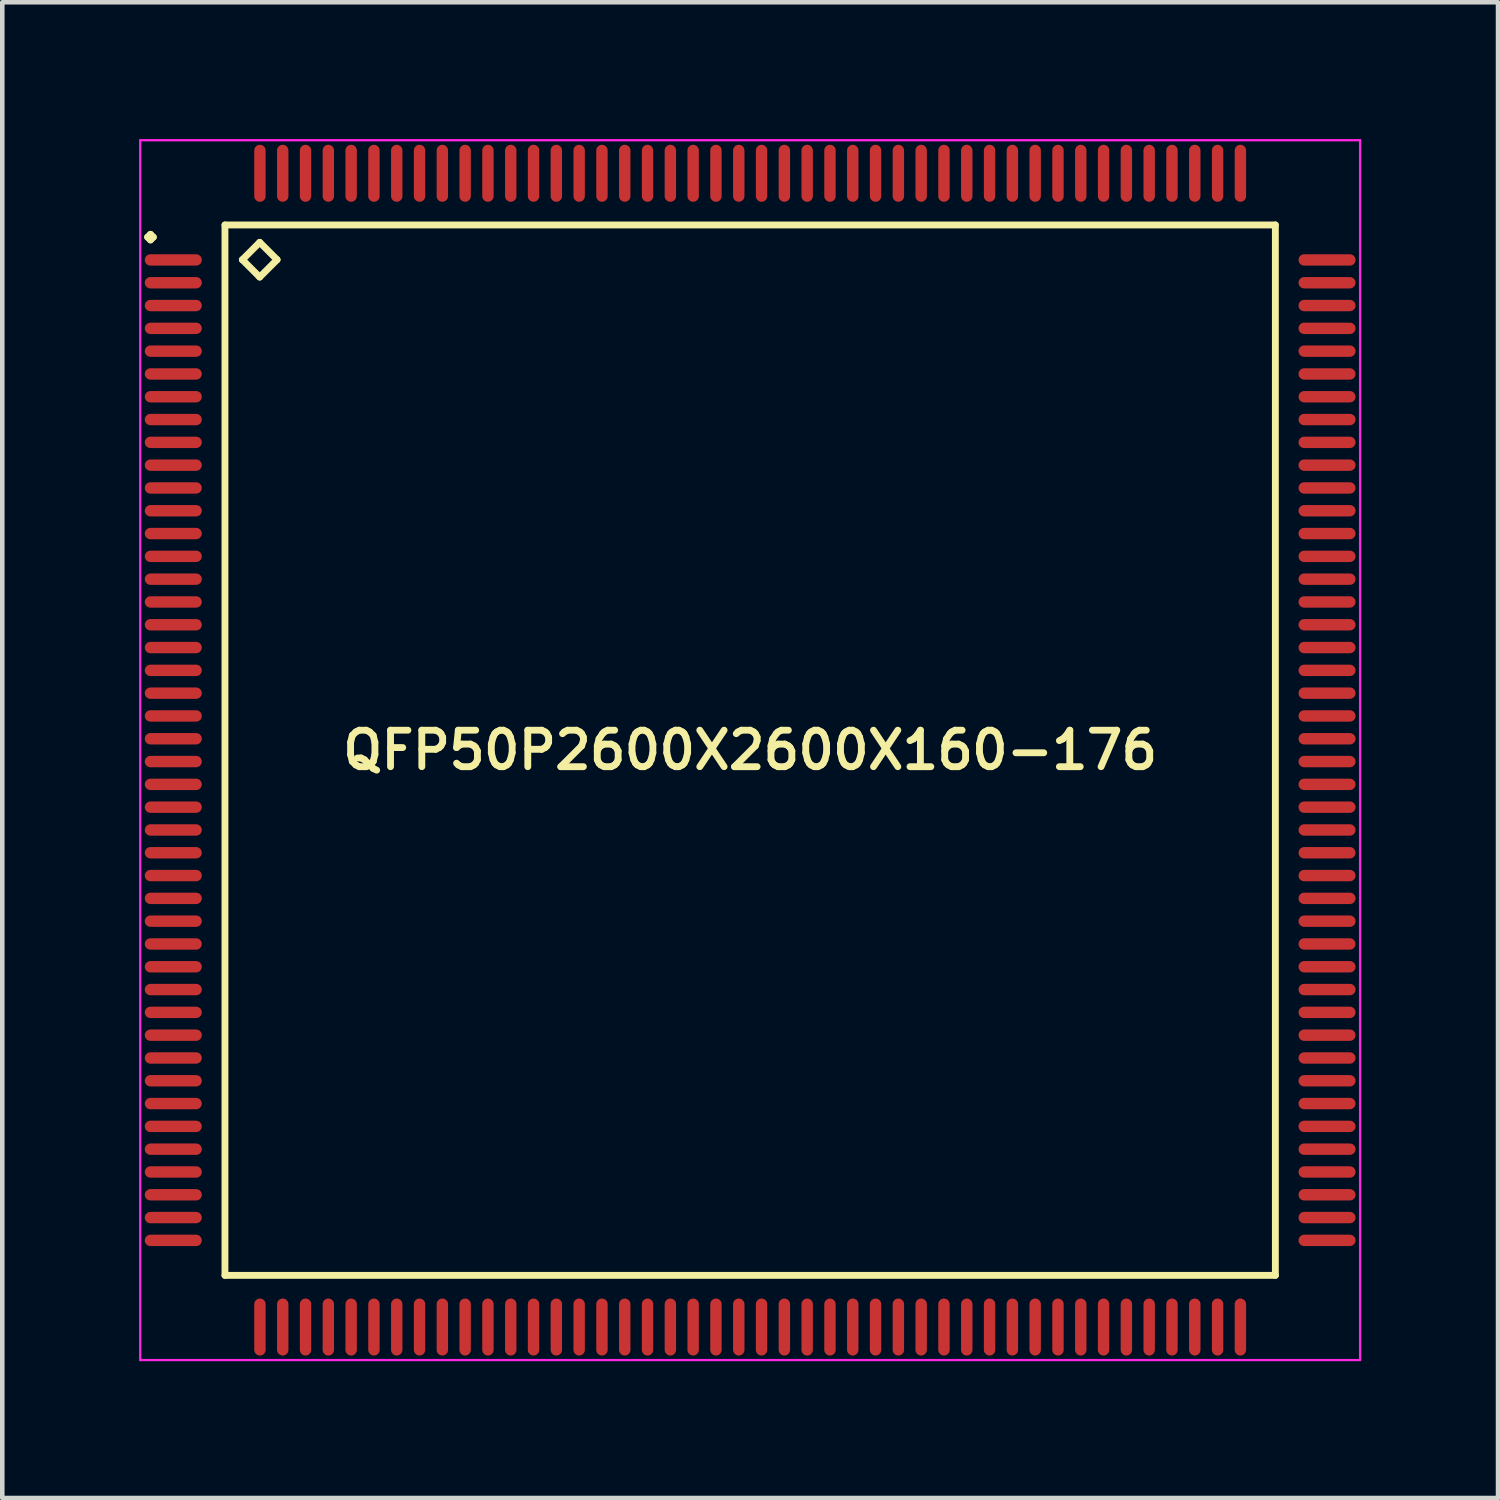
<source format=kicad_pcb>
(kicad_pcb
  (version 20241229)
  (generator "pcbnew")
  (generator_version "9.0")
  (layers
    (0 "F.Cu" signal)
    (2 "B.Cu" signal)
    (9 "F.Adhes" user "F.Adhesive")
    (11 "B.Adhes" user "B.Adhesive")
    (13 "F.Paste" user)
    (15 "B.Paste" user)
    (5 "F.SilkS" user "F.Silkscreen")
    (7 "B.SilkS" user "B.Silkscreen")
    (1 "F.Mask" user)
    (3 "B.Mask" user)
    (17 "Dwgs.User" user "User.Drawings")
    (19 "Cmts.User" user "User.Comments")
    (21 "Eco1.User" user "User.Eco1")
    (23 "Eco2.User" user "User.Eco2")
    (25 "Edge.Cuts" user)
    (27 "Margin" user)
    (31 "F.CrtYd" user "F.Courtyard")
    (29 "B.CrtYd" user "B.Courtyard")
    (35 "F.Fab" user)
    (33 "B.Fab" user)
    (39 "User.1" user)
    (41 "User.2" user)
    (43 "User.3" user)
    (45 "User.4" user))
  (footprint "QFP50P2600X2600X160-176"
    (layer "F.Cu")
    (at 13.4 13.4)
    (property "Reference" "QFP50P2600X2600X160-176" (at 0 0 0) (layer "F.SilkS") (effects (font (size 0.8 0.8) (thickness 0.15))))
    (attr smd)
    (fp_line (start -13.213 -11.25) (end -13.15 -11.312) (stroke (width 0.15) (type solid)) (layer "F.SilkS"))
    (fp_line (start -13.15 -11.312) (end -13.088 -11.25) (stroke (width 0.15) (type solid)) (layer "F.SilkS"))
    (fp_line (start -13.15 -11.188) (end -13.213 -11.25) (stroke (width 0.15) (type solid)) (layer "F.SilkS"))
    (fp_line (start -13.088 -11.25) (end -13.15 -11.188) (stroke (width 0.15) (type solid)) (layer "F.SilkS"))
    (fp_line (start -11.517 -11.517) (end -11.517 11.517) (stroke (width 0.15) (type solid)) (layer "F.SilkS"))
    (fp_line (start -11.517 11.517) (end 11.517 11.517) (stroke (width 0.15) (type solid)) (layer "F.SilkS"))
    (fp_line (start -11.136 -10.755) (end -10.755 -11.136) (stroke (width 0.15) (type solid)) (layer "F.SilkS"))
    (fp_line (start -10.755 -11.136) (end -10.374 -10.755) (stroke (width 0.15) (type solid)) (layer "F.SilkS"))
    (fp_line (start -10.755 -10.374) (end -11.136 -10.755) (stroke (width 0.15) (type solid)) (layer "F.SilkS"))
    (fp_line (start -10.374 -10.755) (end -10.755 -10.374) (stroke (width 0.15) (type solid)) (layer "F.SilkS"))
    (fp_line (start 11.517 -11.517) (end -11.517 -11.517) (stroke (width 0.15) (type solid)) (layer "F.SilkS"))
    (fp_line (start 11.517 11.517) (end 11.517 -11.517) (stroke (width 0.15) (type solid)) (layer "F.SilkS"))
    (fp_line (start -13.375 -13.375) (end 13.375 -13.375) (stroke (width 0.05) (type solid)) (layer "F.CrtYd"))
    (fp_line (start -13.375 13.375) (end -13.375 -13.375) (stroke (width 0.05) (type solid)) (layer "F.CrtYd"))
    (fp_line (start 13.375 -13.375) (end 13.375 13.375) (stroke (width 0.05) (type solid)) (layer "F.CrtYd"))
    (fp_line (start 13.375 13.375) (end -13.375 13.375) (stroke (width 0.05) (type solid)) (layer "F.CrtYd"))
    (pad "1" smd oval (at -12.65 -10.75) (size 1.25 0.25) (layers "F.Cu" "F.Mask" "F.Paste"))
    (pad "2" smd oval (at -12.65 -10.25) (size 1.25 0.25) (layers "F.Cu" "F.Mask" "F.Paste"))
    (pad "3" smd oval (at -12.65 -9.75) (size 1.25 0.25) (layers "F.Cu" "F.Mask" "F.Paste"))
    (pad "4" smd oval (at -12.65 -9.25) (size 1.25 0.25) (layers "F.Cu" "F.Mask" "F.Paste"))
    (pad "5" smd oval (at -12.65 -8.75) (size 1.25 0.25) (layers "F.Cu" "F.Mask" "F.Paste"))
    (pad "6" smd oval (at -12.65 -8.25) (size 1.25 0.25) (layers "F.Cu" "F.Mask" "F.Paste"))
    (pad "7" smd oval (at -12.65 -7.75) (size 1.25 0.25) (layers "F.Cu" "F.Mask" "F.Paste"))
    (pad "8" smd oval (at -12.65 -7.25) (size 1.25 0.25) (layers "F.Cu" "F.Mask" "F.Paste"))
    (pad "9" smd oval (at -12.65 -6.75) (size 1.25 0.25) (layers "F.Cu" "F.Mask" "F.Paste"))
    (pad "10" smd oval (at -12.65 -6.25) (size 1.25 0.25) (layers "F.Cu" "F.Mask" "F.Paste"))
    (pad "11" smd oval (at -12.65 -5.75) (size 1.25 0.25) (layers "F.Cu" "F.Mask" "F.Paste"))
    (pad "12" smd oval (at -12.65 -5.25) (size 1.25 0.25) (layers "F.Cu" "F.Mask" "F.Paste"))
    (pad "13" smd oval (at -12.65 -4.75) (size 1.25 0.25) (layers "F.Cu" "F.Mask" "F.Paste"))
    (pad "14" smd oval (at -12.65 -4.25) (size 1.25 0.25) (layers "F.Cu" "F.Mask" "F.Paste"))
    (pad "15" smd oval (at -12.65 -3.75) (size 1.25 0.25) (layers "F.Cu" "F.Mask" "F.Paste"))
    (pad "16" smd oval (at -12.65 -3.25) (size 1.25 0.25) (layers "F.Cu" "F.Mask" "F.Paste"))
    (pad "17" smd oval (at -12.65 -2.75) (size 1.25 0.25) (layers "F.Cu" "F.Mask" "F.Paste"))
    (pad "18" smd oval (at -12.65 -2.25) (size 1.25 0.25) (layers "F.Cu" "F.Mask" "F.Paste"))
    (pad "19" smd oval (at -12.65 -1.75) (size 1.25 0.25) (layers "F.Cu" "F.Mask" "F.Paste"))
    (pad "20" smd oval (at -12.65 -1.25) (size 1.25 0.25) (layers "F.Cu" "F.Mask" "F.Paste"))
    (pad "21" smd oval (at -12.65 -0.75) (size 1.25 0.25) (layers "F.Cu" "F.Mask" "F.Paste"))
    (pad "22" smd oval (at -12.65 -0.25) (size 1.25 0.25) (layers "F.Cu" "F.Mask" "F.Paste"))
    (pad "23" smd oval (at -12.65 0.25) (size 1.25 0.25) (layers "F.Cu" "F.Mask" "F.Paste"))
    (pad "24" smd oval (at -12.65 0.75) (size 1.25 0.25) (layers "F.Cu" "F.Mask" "F.Paste"))
    (pad "25" smd oval (at -12.65 1.25) (size 1.25 0.25) (layers "F.Cu" "F.Mask" "F.Paste"))
    (pad "26" smd oval (at -12.65 1.75) (size 1.25 0.25) (layers "F.Cu" "F.Mask" "F.Paste"))
    (pad "27" smd oval (at -12.65 2.25) (size 1.25 0.25) (layers "F.Cu" "F.Mask" "F.Paste"))
    (pad "28" smd oval (at -12.65 2.75) (size 1.25 0.25) (layers "F.Cu" "F.Mask" "F.Paste"))
    (pad "29" smd oval (at -12.65 3.25) (size 1.25 0.25) (layers "F.Cu" "F.Mask" "F.Paste"))
    (pad "30" smd oval (at -12.65 3.75) (size 1.25 0.25) (layers "F.Cu" "F.Mask" "F.Paste"))
    (pad "31" smd oval (at -12.65 4.25) (size 1.25 0.25) (layers "F.Cu" "F.Mask" "F.Paste"))
    (pad "32" smd oval (at -12.65 4.75) (size 1.25 0.25) (layers "F.Cu" "F.Mask" "F.Paste"))
    (pad "33" smd oval (at -12.65 5.25) (size 1.25 0.25) (layers "F.Cu" "F.Mask" "F.Paste"))
    (pad "34" smd oval (at -12.65 5.75) (size 1.25 0.25) (layers "F.Cu" "F.Mask" "F.Paste"))
    (pad "35" smd oval (at -12.65 6.25) (size 1.25 0.25) (layers "F.Cu" "F.Mask" "F.Paste"))
    (pad "36" smd oval (at -12.65 6.75) (size 1.25 0.25) (layers "F.Cu" "F.Mask" "F.Paste"))
    (pad "37" smd oval (at -12.65 7.25) (size 1.25 0.25) (layers "F.Cu" "F.Mask" "F.Paste"))
    (pad "38" smd oval (at -12.65 7.75) (size 1.25 0.25) (layers "F.Cu" "F.Mask" "F.Paste"))
    (pad "39" smd oval (at -12.65 8.25) (size 1.25 0.25) (layers "F.Cu" "F.Mask" "F.Paste"))
    (pad "40" smd oval (at -12.65 8.75) (size 1.25 0.25) (layers "F.Cu" "F.Mask" "F.Paste"))
    (pad "41" smd oval (at -12.65 9.25) (size 1.25 0.25) (layers "F.Cu" "F.Mask" "F.Paste"))
    (pad "42" smd oval (at -12.65 9.75) (size 1.25 0.25) (layers "F.Cu" "F.Mask" "F.Paste"))
    (pad "43" smd oval (at -12.65 10.25) (size 1.25 0.25) (layers "F.Cu" "F.Mask" "F.Paste"))
    (pad "44" smd oval (at -12.65 10.75) (size 1.25 0.25) (layers "F.Cu" "F.Mask" "F.Paste"))
    (pad "45" smd oval (at -10.75 12.65) (size 0.25 1.25) (layers "F.Cu" "F.Mask" "F.Paste"))
    (pad "46" smd oval (at -10.25 12.65) (size 0.25 1.25) (layers "F.Cu" "F.Mask" "F.Paste"))
    (pad "47" smd oval (at -9.75 12.65) (size 0.25 1.25) (layers "F.Cu" "F.Mask" "F.Paste"))
    (pad "48" smd oval (at -9.25 12.65) (size 0.25 1.25) (layers "F.Cu" "F.Mask" "F.Paste"))
    (pad "49" smd oval (at -8.75 12.65) (size 0.25 1.25) (layers "F.Cu" "F.Mask" "F.Paste"))
    (pad "50" smd oval (at -8.25 12.65) (size 0.25 1.25) (layers "F.Cu" "F.Mask" "F.Paste"))
    (pad "51" smd oval (at -7.75 12.65) (size 0.25 1.25) (layers "F.Cu" "F.Mask" "F.Paste"))
    (pad "52" smd oval (at -7.25 12.65) (size 0.25 1.25) (layers "F.Cu" "F.Mask" "F.Paste"))
    (pad "53" smd oval (at -6.75 12.65) (size 0.25 1.25) (layers "F.Cu" "F.Mask" "F.Paste"))
    (pad "54" smd oval (at -6.25 12.65) (size 0.25 1.25) (layers "F.Cu" "F.Mask" "F.Paste"))
    (pad "55" smd oval (at -5.75 12.65) (size 0.25 1.25) (layers "F.Cu" "F.Mask" "F.Paste"))
    (pad "56" smd oval (at -5.25 12.65) (size 0.25 1.25) (layers "F.Cu" "F.Mask" "F.Paste"))
    (pad "57" smd oval (at -4.75 12.65) (size 0.25 1.25) (layers "F.Cu" "F.Mask" "F.Paste"))
    (pad "58" smd oval (at -4.25 12.65) (size 0.25 1.25) (layers "F.Cu" "F.Mask" "F.Paste"))
    (pad "59" smd oval (at -3.75 12.65) (size 0.25 1.25) (layers "F.Cu" "F.Mask" "F.Paste"))
    (pad "60" smd oval (at -3.25 12.65) (size 0.25 1.25) (layers "F.Cu" "F.Mask" "F.Paste"))
    (pad "61" smd oval (at -2.75 12.65) (size 0.25 1.25) (layers "F.Cu" "F.Mask" "F.Paste"))
    (pad "62" smd oval (at -2.25 12.65) (size 0.25 1.25) (layers "F.Cu" "F.Mask" "F.Paste"))
    (pad "63" smd oval (at -1.75 12.65) (size 0.25 1.25) (layers "F.Cu" "F.Mask" "F.Paste"))
    (pad "64" smd oval (at -1.25 12.65) (size 0.25 1.25) (layers "F.Cu" "F.Mask" "F.Paste"))
    (pad "65" smd oval (at -0.75 12.65) (size 0.25 1.25) (layers "F.Cu" "F.Mask" "F.Paste"))
    (pad "66" smd oval (at -0.25 12.65) (size 0.25 1.25) (layers "F.Cu" "F.Mask" "F.Paste"))
    (pad "67" smd oval (at 0.25 12.65) (size 0.25 1.25) (layers "F.Cu" "F.Mask" "F.Paste"))
    (pad "68" smd oval (at 0.75 12.65) (size 0.25 1.25) (layers "F.Cu" "F.Mask" "F.Paste"))
    (pad "69" smd oval (at 1.25 12.65) (size 0.25 1.25) (layers "F.Cu" "F.Mask" "F.Paste"))
    (pad "70" smd oval (at 1.75 12.65) (size 0.25 1.25) (layers "F.Cu" "F.Mask" "F.Paste"))
    (pad "71" smd oval (at 2.25 12.65) (size 0.25 1.25) (layers "F.Cu" "F.Mask" "F.Paste"))
    (pad "72" smd oval (at 2.75 12.65) (size 0.25 1.25) (layers "F.Cu" "F.Mask" "F.Paste"))
    (pad "73" smd oval (at 3.25 12.65) (size 0.25 1.25) (layers "F.Cu" "F.Mask" "F.Paste"))
    (pad "74" smd oval (at 3.75 12.65) (size 0.25 1.25) (layers "F.Cu" "F.Mask" "F.Paste"))
    (pad "75" smd oval (at 4.25 12.65) (size 0.25 1.25) (layers "F.Cu" "F.Mask" "F.Paste"))
    (pad "76" smd oval (at 4.75 12.65) (size 0.25 1.25) (layers "F.Cu" "F.Mask" "F.Paste"))
    (pad "77" smd oval (at 5.25 12.65) (size 0.25 1.25) (layers "F.Cu" "F.Mask" "F.Paste"))
    (pad "78" smd oval (at 5.75 12.65) (size 0.25 1.25) (layers "F.Cu" "F.Mask" "F.Paste"))
    (pad "79" smd oval (at 6.25 12.65) (size 0.25 1.25) (layers "F.Cu" "F.Mask" "F.Paste"))
    (pad "80" smd oval (at 6.75 12.65) (size 0.25 1.25) (layers "F.Cu" "F.Mask" "F.Paste"))
    (pad "81" smd oval (at 7.25 12.65) (size 0.25 1.25) (layers "F.Cu" "F.Mask" "F.Paste"))
    (pad "82" smd oval (at 7.75 12.65) (size 0.25 1.25) (layers "F.Cu" "F.Mask" "F.Paste"))
    (pad "83" smd oval (at 8.25 12.65) (size 0.25 1.25) (layers "F.Cu" "F.Mask" "F.Paste"))
    (pad "84" smd oval (at 8.75 12.65) (size 0.25 1.25) (layers "F.Cu" "F.Mask" "F.Paste"))
    (pad "85" smd oval (at 9.25 12.65) (size 0.25 1.25) (layers "F.Cu" "F.Mask" "F.Paste"))
    (pad "86" smd oval (at 9.75 12.65) (size 0.25 1.25) (layers "F.Cu" "F.Mask" "F.Paste"))
    (pad "87" smd oval (at 10.25 12.65) (size 0.25 1.25) (layers "F.Cu" "F.Mask" "F.Paste"))
    (pad "88" smd oval (at 10.75 12.65) (size 0.25 1.25) (layers "F.Cu" "F.Mask" "F.Paste"))
    (pad "89" smd oval (at 12.65 10.75) (size 1.25 0.25) (layers "F.Cu" "F.Mask" "F.Paste"))
    (pad "90" smd oval (at 12.65 10.25) (size 1.25 0.25) (layers "F.Cu" "F.Mask" "F.Paste"))
    (pad "91" smd oval (at 12.65 9.75) (size 1.25 0.25) (layers "F.Cu" "F.Mask" "F.Paste"))
    (pad "92" smd oval (at 12.65 9.25) (size 1.25 0.25) (layers "F.Cu" "F.Mask" "F.Paste"))
    (pad "93" smd oval (at 12.65 8.75) (size 1.25 0.25) (layers "F.Cu" "F.Mask" "F.Paste"))
    (pad "94" smd oval (at 12.65 8.25) (size 1.25 0.25) (layers "F.Cu" "F.Mask" "F.Paste"))
    (pad "95" smd oval (at 12.65 7.75) (size 1.25 0.25) (layers "F.Cu" "F.Mask" "F.Paste"))
    (pad "96" smd oval (at 12.65 7.25) (size 1.25 0.25) (layers "F.Cu" "F.Mask" "F.Paste"))
    (pad "97" smd oval (at 12.65 6.75) (size 1.25 0.25) (layers "F.Cu" "F.Mask" "F.Paste"))
    (pad "98" smd oval (at 12.65 6.25) (size 1.25 0.25) (layers "F.Cu" "F.Mask" "F.Paste"))
    (pad "99" smd oval (at 12.65 5.75) (size 1.25 0.25) (layers "F.Cu" "F.Mask" "F.Paste"))
    (pad "100" smd oval (at 12.65 5.25) (size 1.25 0.25) (layers "F.Cu" "F.Mask" "F.Paste"))
    (pad "101" smd oval (at 12.65 4.75) (size 1.25 0.25) (layers "F.Cu" "F.Mask" "F.Paste"))
    (pad "102" smd oval (at 12.65 4.25) (size 1.25 0.25) (layers "F.Cu" "F.Mask" "F.Paste"))
    (pad "103" smd oval (at 12.65 3.75) (size 1.25 0.25) (layers "F.Cu" "F.Mask" "F.Paste"))
    (pad "104" smd oval (at 12.65 3.25) (size 1.25 0.25) (layers "F.Cu" "F.Mask" "F.Paste"))
    (pad "105" smd oval (at 12.65 2.75) (size 1.25 0.25) (layers "F.Cu" "F.Mask" "F.Paste"))
    (pad "106" smd oval (at 12.65 2.25) (size 1.25 0.25) (layers "F.Cu" "F.Mask" "F.Paste"))
    (pad "107" smd oval (at 12.65 1.75) (size 1.25 0.25) (layers "F.Cu" "F.Mask" "F.Paste"))
    (pad "108" smd oval (at 12.65 1.25) (size 1.25 0.25) (layers "F.Cu" "F.Mask" "F.Paste"))
    (pad "109" smd oval (at 12.65 0.75) (size 1.25 0.25) (layers "F.Cu" "F.Mask" "F.Paste"))
    (pad "110" smd oval (at 12.65 0.25) (size 1.25 0.25) (layers "F.Cu" "F.Mask" "F.Paste"))
    (pad "111" smd oval (at 12.65 -0.25) (size 1.25 0.25) (layers "F.Cu" "F.Mask" "F.Paste"))
    (pad "112" smd oval (at 12.65 -0.75) (size 1.25 0.25) (layers "F.Cu" "F.Mask" "F.Paste"))
    (pad "113" smd oval (at 12.65 -1.25) (size 1.25 0.25) (layers "F.Cu" "F.Mask" "F.Paste"))
    (pad "114" smd oval (at 12.65 -1.75) (size 1.25 0.25) (layers "F.Cu" "F.Mask" "F.Paste"))
    (pad "115" smd oval (at 12.65 -2.25) (size 1.25 0.25) (layers "F.Cu" "F.Mask" "F.Paste"))
    (pad "116" smd oval (at 12.65 -2.75) (size 1.25 0.25) (layers "F.Cu" "F.Mask" "F.Paste"))
    (pad "117" smd oval (at 12.65 -3.25) (size 1.25 0.25) (layers "F.Cu" "F.Mask" "F.Paste"))
    (pad "118" smd oval (at 12.65 -3.75) (size 1.25 0.25) (layers "F.Cu" "F.Mask" "F.Paste"))
    (pad "119" smd oval (at 12.65 -4.25) (size 1.25 0.25) (layers "F.Cu" "F.Mask" "F.Paste"))
    (pad "120" smd oval (at 12.65 -4.75) (size 1.25 0.25) (layers "F.Cu" "F.Mask" "F.Paste"))
    (pad "121" smd oval (at 12.65 -5.25) (size 1.25 0.25) (layers "F.Cu" "F.Mask" "F.Paste"))
    (pad "122" smd oval (at 12.65 -5.75) (size 1.25 0.25) (layers "F.Cu" "F.Mask" "F.Paste"))
    (pad "123" smd oval (at 12.65 -6.25) (size 1.25 0.25) (layers "F.Cu" "F.Mask" "F.Paste"))
    (pad "124" smd oval (at 12.65 -6.75) (size 1.25 0.25) (layers "F.Cu" "F.Mask" "F.Paste"))
    (pad "125" smd oval (at 12.65 -7.25) (size 1.25 0.25) (layers "F.Cu" "F.Mask" "F.Paste"))
    (pad "126" smd oval (at 12.65 -7.75) (size 1.25 0.25) (layers "F.Cu" "F.Mask" "F.Paste"))
    (pad "127" smd oval (at 12.65 -8.25) (size 1.25 0.25) (layers "F.Cu" "F.Mask" "F.Paste"))
    (pad "128" smd oval (at 12.65 -8.75) (size 1.25 0.25) (layers "F.Cu" "F.Mask" "F.Paste"))
    (pad "129" smd oval (at 12.65 -9.25) (size 1.25 0.25) (layers "F.Cu" "F.Mask" "F.Paste"))
    (pad "130" smd oval (at 12.65 -9.75) (size 1.25 0.25) (layers "F.Cu" "F.Mask" "F.Paste"))
    (pad "131" smd oval (at 12.65 -10.25) (size 1.25 0.25) (layers "F.Cu" "F.Mask" "F.Paste"))
    (pad "132" smd oval (at 12.65 -10.75) (size 1.25 0.25) (layers "F.Cu" "F.Mask" "F.Paste"))
    (pad "133" smd oval (at 10.75 -12.65) (size 0.25 1.25) (layers "F.Cu" "F.Mask" "F.Paste"))
    (pad "134" smd oval (at 10.25 -12.65) (size 0.25 1.25) (layers "F.Cu" "F.Mask" "F.Paste"))
    (pad "135" smd oval (at 9.75 -12.65) (size 0.25 1.25) (layers "F.Cu" "F.Mask" "F.Paste"))
    (pad "136" smd oval (at 9.25 -12.65) (size 0.25 1.25) (layers "F.Cu" "F.Mask" "F.Paste"))
    (pad "137" smd oval (at 8.75 -12.65) (size 0.25 1.25) (layers "F.Cu" "F.Mask" "F.Paste"))
    (pad "138" smd oval (at 8.25 -12.65) (size 0.25 1.25) (layers "F.Cu" "F.Mask" "F.Paste"))
    (pad "139" smd oval (at 7.75 -12.65) (size 0.25 1.25) (layers "F.Cu" "F.Mask" "F.Paste"))
    (pad "140" smd oval (at 7.25 -12.65) (size 0.25 1.25) (layers "F.Cu" "F.Mask" "F.Paste"))
    (pad "141" smd oval (at 6.75 -12.65) (size 0.25 1.25) (layers "F.Cu" "F.Mask" "F.Paste"))
    (pad "142" smd oval (at 6.25 -12.65) (size 0.25 1.25) (layers "F.Cu" "F.Mask" "F.Paste"))
    (pad "143" smd oval (at 5.75 -12.65) (size 0.25 1.25) (layers "F.Cu" "F.Mask" "F.Paste"))
    (pad "144" smd oval (at 5.25 -12.65) (size 0.25 1.25) (layers "F.Cu" "F.Mask" "F.Paste"))
    (pad "145" smd oval (at 4.75 -12.65) (size 0.25 1.25) (layers "F.Cu" "F.Mask" "F.Paste"))
    (pad "146" smd oval (at 4.25 -12.65) (size 0.25 1.25) (layers "F.Cu" "F.Mask" "F.Paste"))
    (pad "147" smd oval (at 3.75 -12.65) (size 0.25 1.25) (layers "F.Cu" "F.Mask" "F.Paste"))
    (pad "148" smd oval (at 3.25 -12.65) (size 0.25 1.25) (layers "F.Cu" "F.Mask" "F.Paste"))
    (pad "149" smd oval (at 2.75 -12.65) (size 0.25 1.25) (layers "F.Cu" "F.Mask" "F.Paste"))
    (pad "150" smd oval (at 2.25 -12.65) (size 0.25 1.25) (layers "F.Cu" "F.Mask" "F.Paste"))
    (pad "151" smd oval (at 1.75 -12.65) (size 0.25 1.25) (layers "F.Cu" "F.Mask" "F.Paste"))
    (pad "152" smd oval (at 1.25 -12.65) (size 0.25 1.25) (layers "F.Cu" "F.Mask" "F.Paste"))
    (pad "153" smd oval (at 0.75 -12.65) (size 0.25 1.25) (layers "F.Cu" "F.Mask" "F.Paste"))
    (pad "154" smd oval (at 0.25 -12.65) (size 0.25 1.25) (layers "F.Cu" "F.Mask" "F.Paste"))
    (pad "155" smd oval (at -0.25 -12.65) (size 0.25 1.25) (layers "F.Cu" "F.Mask" "F.Paste"))
    (pad "156" smd oval (at -0.75 -12.65) (size 0.25 1.25) (layers "F.Cu" "F.Mask" "F.Paste"))
    (pad "157" smd oval (at -1.25 -12.65) (size 0.25 1.25) (layers "F.Cu" "F.Mask" "F.Paste"))
    (pad "158" smd oval (at -1.75 -12.65) (size 0.25 1.25) (layers "F.Cu" "F.Mask" "F.Paste"))
    (pad "159" smd oval (at -2.25 -12.65) (size 0.25 1.25) (layers "F.Cu" "F.Mask" "F.Paste"))
    (pad "160" smd oval (at -2.75 -12.65) (size 0.25 1.25) (layers "F.Cu" "F.Mask" "F.Paste"))
    (pad "161" smd oval (at -3.25 -12.65) (size 0.25 1.25) (layers "F.Cu" "F.Mask" "F.Paste"))
    (pad "162" smd oval (at -3.75 -12.65) (size 0.25 1.25) (layers "F.Cu" "F.Mask" "F.Paste"))
    (pad "163" smd oval (at -4.25 -12.65) (size 0.25 1.25) (layers "F.Cu" "F.Mask" "F.Paste"))
    (pad "164" smd oval (at -4.75 -12.65) (size 0.25 1.25) (layers "F.Cu" "F.Mask" "F.Paste"))
    (pad "165" smd oval (at -5.25 -12.65) (size 0.25 1.25) (layers "F.Cu" "F.Mask" "F.Paste"))
    (pad "166" smd oval (at -5.75 -12.65) (size 0.25 1.25) (layers "F.Cu" "F.Mask" "F.Paste"))
    (pad "167" smd oval (at -6.25 -12.65) (size 0.25 1.25) (layers "F.Cu" "F.Mask" "F.Paste"))
    (pad "168" smd oval (at -6.75 -12.65) (size 0.25 1.25) (layers "F.Cu" "F.Mask" "F.Paste"))
    (pad "169" smd oval (at -7.25 -12.65) (size 0.25 1.25) (layers "F.Cu" "F.Mask" "F.Paste"))
    (pad "170" smd oval (at -7.75 -12.65) (size 0.25 1.25) (layers "F.Cu" "F.Mask" "F.Paste"))
    (pad "171" smd oval (at -8.25 -12.65) (size 0.25 1.25) (layers "F.Cu" "F.Mask" "F.Paste"))
    (pad "172" smd oval (at -8.75 -12.65) (size 0.25 1.25) (layers "F.Cu" "F.Mask" "F.Paste"))
    (pad "173" smd oval (at -9.25 -12.65) (size 0.25 1.25) (layers "F.Cu" "F.Mask" "F.Paste"))
    (pad "174" smd oval (at -9.75 -12.65) (size 0.25 1.25) (layers "F.Cu" "F.Mask" "F.Paste"))
    (pad "175" smd oval (at -10.25 -12.65) (size 0.25 1.25) (layers "F.Cu" "F.Mask" "F.Paste"))
    (pad "176" smd oval (at -10.75 -12.65) (size 0.25 1.25) (layers "F.Cu" "F.Mask" "F.Paste")))
  (gr_rect
    (start -3 -3)
    (end 29.8 29.8)
    (stroke (width 0.1) (type default))
    (fill no)
    (layer "Edge.Cuts")))
</source>
